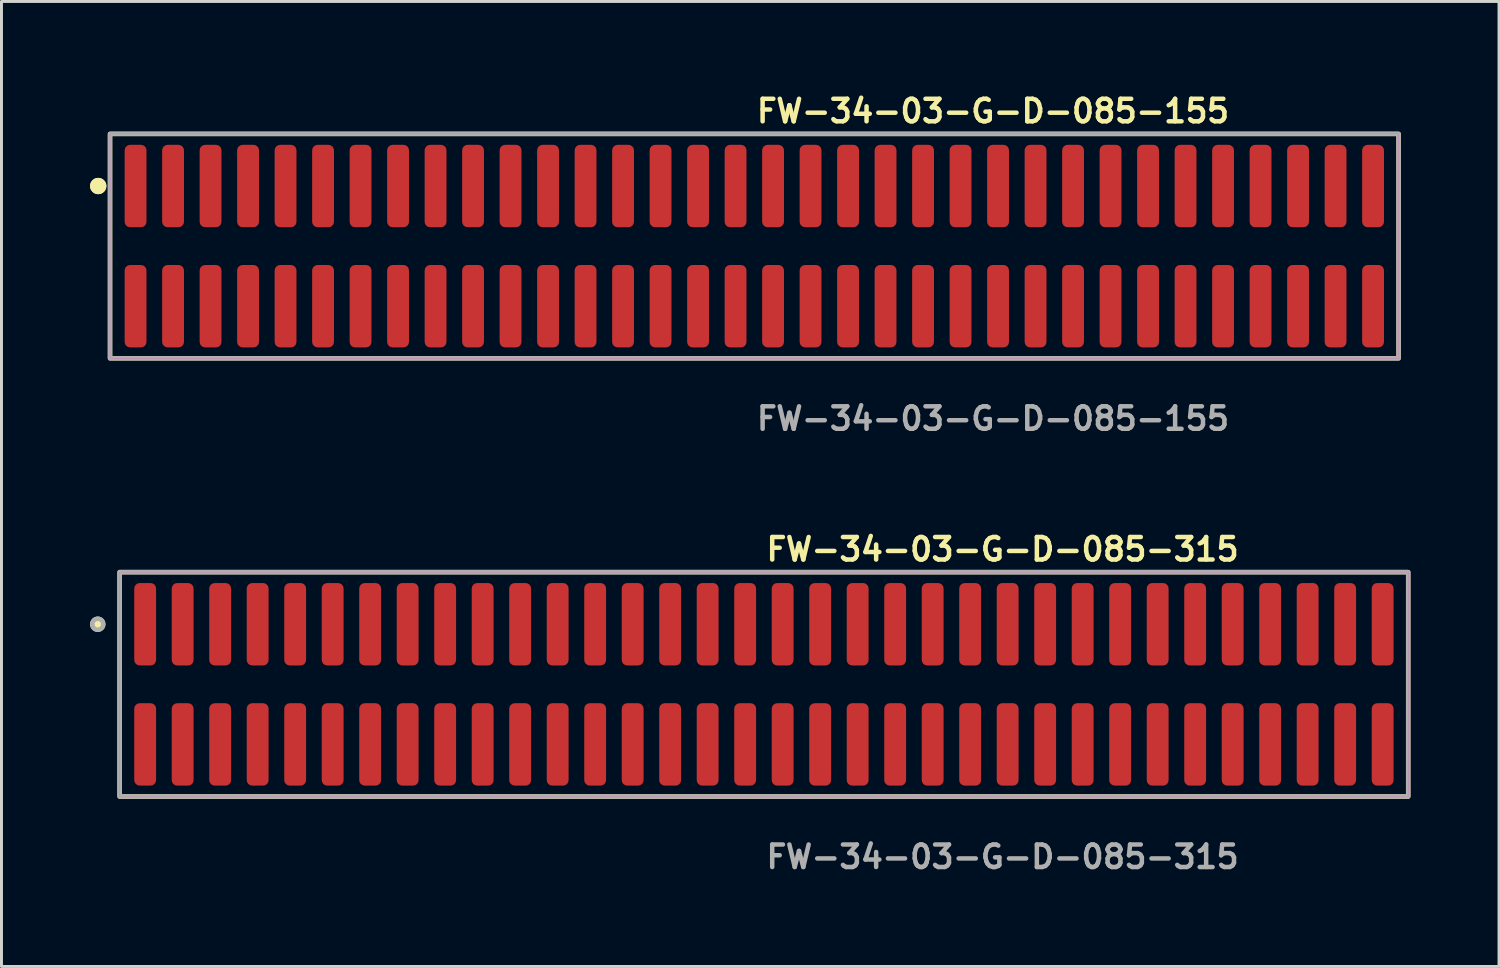
<source format=kicad_pcb>
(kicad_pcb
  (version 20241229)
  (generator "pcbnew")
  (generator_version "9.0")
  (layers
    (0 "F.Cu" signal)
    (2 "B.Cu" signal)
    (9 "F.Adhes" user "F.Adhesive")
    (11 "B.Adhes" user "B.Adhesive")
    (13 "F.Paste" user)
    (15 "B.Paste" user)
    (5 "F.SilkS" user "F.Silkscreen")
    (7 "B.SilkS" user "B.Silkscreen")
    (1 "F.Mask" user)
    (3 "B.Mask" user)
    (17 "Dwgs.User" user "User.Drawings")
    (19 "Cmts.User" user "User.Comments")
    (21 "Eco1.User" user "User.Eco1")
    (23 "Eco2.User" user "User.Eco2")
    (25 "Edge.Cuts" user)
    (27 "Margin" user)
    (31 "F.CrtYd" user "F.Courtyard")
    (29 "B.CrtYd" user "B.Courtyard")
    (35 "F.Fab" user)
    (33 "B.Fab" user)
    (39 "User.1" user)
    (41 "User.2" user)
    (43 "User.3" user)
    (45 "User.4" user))
  (footprint "FW-34-03-G-D-085-315"
    (layer "F.Cu")
    (at 22.821 20.126)
    (property "Reference" "FW-34-03-G-D-085-315" (at 0 -4.572 0) (unlocked yes) (layer "F.SilkS") (effects (font (size 0.762 0.762) (thickness 0.152)) (justify left)))
    (fp_rect (start -21.82 3.8) (end 21.82 -3.8) (stroke (width 0.152) (type solid)) (fill no) (layer "F.SilkS"))
    (fp_circle (center -22.56 -2.035) (end -22.745 -2.035) (stroke (width 0.152) (type solid)) (fill yes) (layer "F.SilkS"))
    (fp_rect (start -21.82 3.8) (end 21.82 -3.8) (stroke (width 0.006) (type solid)) (fill no) (layer "F.CrtYd"))
    (fp_rect (start -21.82 3.8) (end 21.82 -3.8) (stroke (width 0.152) (type solid)) (fill no) (layer "F.Fab"))
    (fp_circle (center -22.56 -2.035) (end -22.745 -2.035) (stroke (width 0.152) (type solid)) (fill no) (layer "F.Fab"))
    (fp_text user "${REFERENCE}" (at 0 5.842 0) (unlocked yes) (layer "F.Fab") (effects (font (size 0.762 0.762) (thickness 0.152)) (justify left)))
    (pad "1" smd roundrect (at -20.955 -2.035) (size 0.74 2.79) (layers "F.Cu" "F.Paste") (roundrect_rratio 0.25))
    (pad "2" smd roundrect (at -20.955 2.035) (size 0.74 2.79) (layers "F.Cu" "F.Paste") (roundrect_rratio 0.25))
    (pad "3" smd roundrect (at -19.685 -2.035) (size 0.74 2.79) (layers "F.Cu" "F.Paste") (roundrect_rratio 0.25))
    (pad "4" smd roundrect (at -19.685 2.035) (size 0.74 2.79) (layers "F.Cu" "F.Paste") (roundrect_rratio 0.25))
    (pad "5" smd roundrect (at -18.415 -2.035) (size 0.74 2.79) (layers "F.Cu" "F.Paste") (roundrect_rratio 0.25))
    (pad "6" smd roundrect (at -18.415 2.035) (size 0.74 2.79) (layers "F.Cu" "F.Paste") (roundrect_rratio 0.25))
    (pad "7" smd roundrect (at -17.145 -2.035) (size 0.74 2.79) (layers "F.Cu" "F.Paste") (roundrect_rratio 0.25))
    (pad "8" smd roundrect (at -17.145 2.035) (size 0.74 2.79) (layers "F.Cu" "F.Paste") (roundrect_rratio 0.25))
    (pad "9" smd roundrect (at -15.875 -2.035) (size 0.74 2.79) (layers "F.Cu" "F.Paste") (roundrect_rratio 0.25))
    (pad "10" smd roundrect (at -15.875 2.035) (size 0.74 2.79) (layers "F.Cu" "F.Paste") (roundrect_rratio 0.25))
    (pad "11" smd roundrect (at -14.605 -2.035) (size 0.74 2.79) (layers "F.Cu" "F.Paste") (roundrect_rratio 0.25))
    (pad "12" smd roundrect (at -14.605 2.035) (size 0.74 2.79) (layers "F.Cu" "F.Paste") (roundrect_rratio 0.25))
    (pad "13" smd roundrect (at -13.335 -2.035) (size 0.74 2.79) (layers "F.Cu" "F.Paste") (roundrect_rratio 0.25))
    (pad "14" smd roundrect (at -13.335 2.035) (size 0.74 2.79) (layers "F.Cu" "F.Paste") (roundrect_rratio 0.25))
    (pad "15" smd roundrect (at -12.065 -2.035) (size 0.74 2.79) (layers "F.Cu" "F.Paste") (roundrect_rratio 0.25))
    (pad "16" smd roundrect (at -12.065 2.035) (size 0.74 2.79) (layers "F.Cu" "F.Paste") (roundrect_rratio 0.25))
    (pad "17" smd roundrect (at -10.795 -2.035) (size 0.74 2.79) (layers "F.Cu" "F.Paste") (roundrect_rratio 0.25))
    (pad "18" smd roundrect (at -10.795 2.035) (size 0.74 2.79) (layers "F.Cu" "F.Paste") (roundrect_rratio 0.25))
    (pad "19" smd roundrect (at -9.525 -2.035) (size 0.74 2.79) (layers "F.Cu" "F.Paste") (roundrect_rratio 0.25))
    (pad "20" smd roundrect (at -9.525 2.035) (size 0.74 2.79) (layers "F.Cu" "F.Paste") (roundrect_rratio 0.25))
    (pad "21" smd roundrect (at -8.255 -2.035) (size 0.74 2.79) (layers "F.Cu" "F.Paste") (roundrect_rratio 0.25))
    (pad "22" smd roundrect (at -8.255 2.035) (size 0.74 2.79) (layers "F.Cu" "F.Paste") (roundrect_rratio 0.25))
    (pad "23" smd roundrect (at -6.985 -2.035) (size 0.74 2.79) (layers "F.Cu" "F.Paste") (roundrect_rratio 0.25))
    (pad "24" smd roundrect (at -6.985 2.035) (size 0.74 2.79) (layers "F.Cu" "F.Paste") (roundrect_rratio 0.25))
    (pad "25" smd roundrect (at -5.715 -2.035) (size 0.74 2.79) (layers "F.Cu" "F.Paste") (roundrect_rratio 0.25))
    (pad "26" smd roundrect (at -5.715 2.035) (size 0.74 2.79) (layers "F.Cu" "F.Paste") (roundrect_rratio 0.25))
    (pad "27" smd roundrect (at -4.445 -2.035) (size 0.74 2.79) (layers "F.Cu" "F.Paste") (roundrect_rratio 0.25))
    (pad "28" smd roundrect (at -4.445 2.035) (size 0.74 2.79) (layers "F.Cu" "F.Paste") (roundrect_rratio 0.25))
    (pad "29" smd roundrect (at -3.175 -2.035) (size 0.74 2.79) (layers "F.Cu" "F.Paste") (roundrect_rratio 0.25))
    (pad "30" smd roundrect (at -3.175 2.035) (size 0.74 2.79) (layers "F.Cu" "F.Paste") (roundrect_rratio 0.25))
    (pad "31" smd roundrect (at -1.905 -2.035) (size 0.74 2.79) (layers "F.Cu" "F.Paste") (roundrect_rratio 0.25))
    (pad "32" smd roundrect (at -1.905 2.035) (size 0.74 2.79) (layers "F.Cu" "F.Paste") (roundrect_rratio 0.25))
    (pad "33" smd roundrect (at -0.635 -2.035) (size 0.74 2.79) (layers "F.Cu" "F.Paste") (roundrect_rratio 0.25))
    (pad "34" smd roundrect (at -0.635 2.035) (size 0.74 2.79) (layers "F.Cu" "F.Paste") (roundrect_rratio 0.25))
    (pad "35" smd roundrect (at 0.635 -2.035) (size 0.74 2.79) (layers "F.Cu" "F.Paste") (roundrect_rratio 0.25))
    (pad "36" smd roundrect (at 0.635 2.035) (size 0.74 2.79) (layers "F.Cu" "F.Paste") (roundrect_rratio 0.25))
    (pad "37" smd roundrect (at 1.905 -2.035) (size 0.74 2.79) (layers "F.Cu" "F.Paste") (roundrect_rratio 0.25))
    (pad "38" smd roundrect (at 1.905 2.035) (size 0.74 2.79) (layers "F.Cu" "F.Paste") (roundrect_rratio 0.25))
    (pad "39" smd roundrect (at 3.175 -2.035) (size 0.74 2.79) (layers "F.Cu" "F.Paste") (roundrect_rratio 0.25))
    (pad "40" smd roundrect (at 3.175 2.035) (size 0.74 2.79) (layers "F.Cu" "F.Paste") (roundrect_rratio 0.25))
    (pad "41" smd roundrect (at 4.445 -2.035) (size 0.74 2.79) (layers "F.Cu" "F.Paste") (roundrect_rratio 0.25))
    (pad "42" smd roundrect (at 4.445 2.035) (size 0.74 2.79) (layers "F.Cu" "F.Paste") (roundrect_rratio 0.25))
    (pad "43" smd roundrect (at 5.715 -2.035) (size 0.74 2.79) (layers "F.Cu" "F.Paste") (roundrect_rratio 0.25))
    (pad "44" smd roundrect (at 5.715 2.035) (size 0.74 2.79) (layers "F.Cu" "F.Paste") (roundrect_rratio 0.25))
    (pad "45" smd roundrect (at 6.985 -2.035) (size 0.74 2.79) (layers "F.Cu" "F.Paste") (roundrect_rratio 0.25))
    (pad "46" smd roundrect (at 6.985 2.035) (size 0.74 2.79) (layers "F.Cu" "F.Paste") (roundrect_rratio 0.25))
    (pad "47" smd roundrect (at 8.255 -2.035) (size 0.74 2.79) (layers "F.Cu" "F.Paste") (roundrect_rratio 0.25))
    (pad "48" smd roundrect (at 8.255 2.035) (size 0.74 2.79) (layers "F.Cu" "F.Paste") (roundrect_rratio 0.25))
    (pad "49" smd roundrect (at 9.525 -2.035) (size 0.74 2.79) (layers "F.Cu" "F.Paste") (roundrect_rratio 0.25))
    (pad "50" smd roundrect (at 9.525 2.035) (size 0.74 2.79) (layers "F.Cu" "F.Paste") (roundrect_rratio 0.25))
    (pad "51" smd roundrect (at 10.795 -2.035) (size 0.74 2.79) (layers "F.Cu" "F.Paste") (roundrect_rratio 0.25))
    (pad "52" smd roundrect (at 10.795 2.035) (size 0.74 2.79) (layers "F.Cu" "F.Paste") (roundrect_rratio 0.25))
    (pad "53" smd roundrect (at 12.065 -2.035) (size 0.74 2.79) (layers "F.Cu" "F.Paste") (roundrect_rratio 0.25))
    (pad "54" smd roundrect (at 12.065 2.035) (size 0.74 2.79) (layers "F.Cu" "F.Paste") (roundrect_rratio 0.25))
    (pad "55" smd roundrect (at 13.335 -2.035) (size 0.74 2.79) (layers "F.Cu" "F.Paste") (roundrect_rratio 0.25))
    (pad "56" smd roundrect (at 13.335 2.035) (size 0.74 2.79) (layers "F.Cu" "F.Paste") (roundrect_rratio 0.25))
    (pad "57" smd roundrect (at 14.605 -2.035) (size 0.74 2.79) (layers "F.Cu" "F.Paste") (roundrect_rratio 0.25))
    (pad "58" smd roundrect (at 14.605 2.035) (size 0.74 2.79) (layers "F.Cu" "F.Paste") (roundrect_rratio 0.25))
    (pad "59" smd roundrect (at 15.875 -2.035) (size 0.74 2.79) (layers "F.Cu" "F.Paste") (roundrect_rratio 0.25))
    (pad "60" smd roundrect (at 15.875 2.035) (size 0.74 2.79) (layers "F.Cu" "F.Paste") (roundrect_rratio 0.25))
    (pad "61" smd roundrect (at 17.145 -2.035) (size 0.74 2.79) (layers "F.Cu" "F.Paste") (roundrect_rratio 0.25))
    (pad "62" smd roundrect (at 17.145 2.035) (size 0.74 2.79) (layers "F.Cu" "F.Paste") (roundrect_rratio 0.25))
    (pad "63" smd roundrect (at 18.415 -2.035) (size 0.74 2.79) (layers "F.Cu" "F.Paste") (roundrect_rratio 0.25))
    (pad "64" smd roundrect (at 18.415 2.035) (size 0.74 2.79) (layers "F.Cu" "F.Paste") (roundrect_rratio 0.25))
    (pad "65" smd roundrect (at 19.685 -2.035) (size 0.74 2.79) (layers "F.Cu" "F.Paste") (roundrect_rratio 0.25))
    (pad "66" smd roundrect (at 19.685 2.035) (size 0.74 2.79) (layers "F.Cu" "F.Paste") (roundrect_rratio 0.25))
    (pad "67" smd roundrect (at 20.955 -2.035) (size 0.74 2.79) (layers "F.Cu" "F.Paste") (roundrect_rratio 0.25))
    (pad "68" smd roundrect (at 20.955 2.035) (size 0.74 2.79) (layers "F.Cu" "F.Paste") (roundrect_rratio 0.25)))
  (footprint "FW-34-03-G-D-085-155"
    (layer "F.Cu")
    (at 22.496 5.285)
    (property "Reference" "FW-34-03-G-D-085-155" (at 0 -4.572 0) (unlocked yes) (layer "F.SilkS") (effects (font (size 0.762 0.762) (thickness 0.152)) (justify left)))
    (fp_rect (start -21.82 3.8) (end 21.82 -3.8) (stroke (width 0.152) (type solid)) (fill no) (layer "F.SilkS"))
    (fp_circle (center -22.22 -2.035) (end -22.42 -2.035) (stroke (width 0.152) (type solid)) (fill yes) (layer "F.SilkS"))
    (fp_circle (center -22.22 -2.035) (end -22.42 -2.035) (stroke (width 0.152) (type solid)) (fill yes) (layer "F.SilkS"))
    (fp_rect (start -21.82 3.8) (end 21.82 -3.8) (stroke (width 0.006) (type solid)) (fill no) (layer "F.CrtYd"))
    (fp_rect (start -21.82 3.8) (end 21.82 -3.8) (stroke (width 0.152) (type solid)) (fill no) (layer "F.Fab"))
    (fp_text user "${REFERENCE}" (at 0 5.842 0) (unlocked yes) (layer "F.Fab") (effects (font (size 0.762 0.762) (thickness 0.152)) (justify left)))
    (pad "1" smd roundrect (at -20.955 -2.035) (size 0.74 2.79) (layers "F.Cu" "F.Paste") (roundrect_rratio 0.25))
    (pad "2" smd roundrect (at -20.955 2.035) (size 0.74 2.79) (layers "F.Cu" "F.Paste") (roundrect_rratio 0.25))
    (pad "3" smd roundrect (at -19.685 -2.035) (size 0.74 2.79) (layers "F.Cu" "F.Paste") (roundrect_rratio 0.25))
    (pad "4" smd roundrect (at -19.685 2.035) (size 0.74 2.79) (layers "F.Cu" "F.Paste") (roundrect_rratio 0.25))
    (pad "5" smd roundrect (at -18.415 -2.035) (size 0.74 2.79) (layers "F.Cu" "F.Paste") (roundrect_rratio 0.25))
    (pad "6" smd roundrect (at -18.415 2.035) (size 0.74 2.79) (layers "F.Cu" "F.Paste") (roundrect_rratio 0.25))
    (pad "7" smd roundrect (at -17.145 -2.035) (size 0.74 2.79) (layers "F.Cu" "F.Paste") (roundrect_rratio 0.25))
    (pad "8" smd roundrect (at -17.145 2.035) (size 0.74 2.79) (layers "F.Cu" "F.Paste") (roundrect_rratio 0.25))
    (pad "9" smd roundrect (at -15.875 -2.035) (size 0.74 2.79) (layers "F.Cu" "F.Paste") (roundrect_rratio 0.25))
    (pad "10" smd roundrect (at -15.875 2.035) (size 0.74 2.79) (layers "F.Cu" "F.Paste") (roundrect_rratio 0.25))
    (pad "11" smd roundrect (at -14.605 -2.035) (size 0.74 2.79) (layers "F.Cu" "F.Paste") (roundrect_rratio 0.25))
    (pad "12" smd roundrect (at -14.605 2.035) (size 0.74 2.79) (layers "F.Cu" "F.Paste") (roundrect_rratio 0.25))
    (pad "13" smd roundrect (at -13.335 -2.035) (size 0.74 2.79) (layers "F.Cu" "F.Paste") (roundrect_rratio 0.25))
    (pad "14" smd roundrect (at -13.335 2.035) (size 0.74 2.79) (layers "F.Cu" "F.Paste") (roundrect_rratio 0.25))
    (pad "15" smd roundrect (at -12.065 -2.035) (size 0.74 2.79) (layers "F.Cu" "F.Paste") (roundrect_rratio 0.25))
    (pad "16" smd roundrect (at -12.065 2.035) (size 0.74 2.79) (layers "F.Cu" "F.Paste") (roundrect_rratio 0.25))
    (pad "17" smd roundrect (at -10.795 -2.035) (size 0.74 2.79) (layers "F.Cu" "F.Paste") (roundrect_rratio 0.25))
    (pad "18" smd roundrect (at -10.795 2.035) (size 0.74 2.79) (layers "F.Cu" "F.Paste") (roundrect_rratio 0.25))
    (pad "19" smd roundrect (at -9.525 -2.035) (size 0.74 2.79) (layers "F.Cu" "F.Paste") (roundrect_rratio 0.25))
    (pad "20" smd roundrect (at -9.525 2.035) (size 0.74 2.79) (layers "F.Cu" "F.Paste") (roundrect_rratio 0.25))
    (pad "21" smd roundrect (at -8.255 -2.035) (size 0.74 2.79) (layers "F.Cu" "F.Paste") (roundrect_rratio 0.25))
    (pad "22" smd roundrect (at -8.255 2.035) (size 0.74 2.79) (layers "F.Cu" "F.Paste") (roundrect_rratio 0.25))
    (pad "23" smd roundrect (at -6.985 -2.035) (size 0.74 2.79) (layers "F.Cu" "F.Paste") (roundrect_rratio 0.25))
    (pad "24" smd roundrect (at -6.985 2.035) (size 0.74 2.79) (layers "F.Cu" "F.Paste") (roundrect_rratio 0.25))
    (pad "25" smd roundrect (at -5.715 -2.035) (size 0.74 2.79) (layers "F.Cu" "F.Paste") (roundrect_rratio 0.25))
    (pad "26" smd roundrect (at -5.715 2.035) (size 0.74 2.79) (layers "F.Cu" "F.Paste") (roundrect_rratio 0.25))
    (pad "27" smd roundrect (at -4.445 -2.035) (size 0.74 2.79) (layers "F.Cu" "F.Paste") (roundrect_rratio 0.25))
    (pad "28" smd roundrect (at -4.445 2.035) (size 0.74 2.79) (layers "F.Cu" "F.Paste") (roundrect_rratio 0.25))
    (pad "29" smd roundrect (at -3.175 -2.035) (size 0.74 2.79) (layers "F.Cu" "F.Paste") (roundrect_rratio 0.25))
    (pad "30" smd roundrect (at -3.175 2.035) (size 0.74 2.79) (layers "F.Cu" "F.Paste") (roundrect_rratio 0.25))
    (pad "31" smd roundrect (at -1.905 -2.035) (size 0.74 2.79) (layers "F.Cu" "F.Paste") (roundrect_rratio 0.25))
    (pad "32" smd roundrect (at -1.905 2.035) (size 0.74 2.79) (layers "F.Cu" "F.Paste") (roundrect_rratio 0.25))
    (pad "33" smd roundrect (at -0.635 -2.035) (size 0.74 2.79) (layers "F.Cu" "F.Paste") (roundrect_rratio 0.25))
    (pad "34" smd roundrect (at -0.635 2.035) (size 0.74 2.79) (layers "F.Cu" "F.Paste") (roundrect_rratio 0.25))
    (pad "35" smd roundrect (at 0.635 -2.035) (size 0.74 2.79) (layers "F.Cu" "F.Paste") (roundrect_rratio 0.25))
    (pad "36" smd roundrect (at 0.635 2.035) (size 0.74 2.79) (layers "F.Cu" "F.Paste") (roundrect_rratio 0.25))
    (pad "37" smd roundrect (at 1.905 -2.035) (size 0.74 2.79) (layers "F.Cu" "F.Paste") (roundrect_rratio 0.25))
    (pad "38" smd roundrect (at 1.905 2.035) (size 0.74 2.79) (layers "F.Cu" "F.Paste") (roundrect_rratio 0.25))
    (pad "39" smd roundrect (at 3.175 -2.035) (size 0.74 2.79) (layers "F.Cu" "F.Paste") (roundrect_rratio 0.25))
    (pad "40" smd roundrect (at 3.175 2.035) (size 0.74 2.79) (layers "F.Cu" "F.Paste") (roundrect_rratio 0.25))
    (pad "41" smd roundrect (at 4.445 -2.035) (size 0.74 2.79) (layers "F.Cu" "F.Paste") (roundrect_rratio 0.25))
    (pad "42" smd roundrect (at 4.445 2.035) (size 0.74 2.79) (layers "F.Cu" "F.Paste") (roundrect_rratio 0.25))
    (pad "43" smd roundrect (at 5.715 -2.035) (size 0.74 2.79) (layers "F.Cu" "F.Paste") (roundrect_rratio 0.25))
    (pad "44" smd roundrect (at 5.715 2.035) (size 0.74 2.79) (layers "F.Cu" "F.Paste") (roundrect_rratio 0.25))
    (pad "45" smd roundrect (at 6.985 -2.035) (size 0.74 2.79) (layers "F.Cu" "F.Paste") (roundrect_rratio 0.25))
    (pad "46" smd roundrect (at 6.985 2.035) (size 0.74 2.79) (layers "F.Cu" "F.Paste") (roundrect_rratio 0.25))
    (pad "47" smd roundrect (at 8.255 -2.035) (size 0.74 2.79) (layers "F.Cu" "F.Paste") (roundrect_rratio 0.25))
    (pad "48" smd roundrect (at 8.255 2.035) (size 0.74 2.79) (layers "F.Cu" "F.Paste") (roundrect_rratio 0.25))
    (pad "49" smd roundrect (at 9.525 -2.035) (size 0.74 2.79) (layers "F.Cu" "F.Paste") (roundrect_rratio 0.25))
    (pad "50" smd roundrect (at 9.525 2.035) (size 0.74 2.79) (layers "F.Cu" "F.Paste") (roundrect_rratio 0.25))
    (pad "51" smd roundrect (at 10.795 -2.035) (size 0.74 2.79) (layers "F.Cu" "F.Paste") (roundrect_rratio 0.25))
    (pad "52" smd roundrect (at 10.795 2.035) (size 0.74 2.79) (layers "F.Cu" "F.Paste") (roundrect_rratio 0.25))
    (pad "53" smd roundrect (at 12.065 -2.035) (size 0.74 2.79) (layers "F.Cu" "F.Paste") (roundrect_rratio 0.25))
    (pad "54" smd roundrect (at 12.065 2.035) (size 0.74 2.79) (layers "F.Cu" "F.Paste") (roundrect_rratio 0.25))
    (pad "55" smd roundrect (at 13.335 -2.035) (size 0.74 2.79) (layers "F.Cu" "F.Paste") (roundrect_rratio 0.25))
    (pad "56" smd roundrect (at 13.335 2.035) (size 0.74 2.79) (layers "F.Cu" "F.Paste") (roundrect_rratio 0.25))
    (pad "57" smd roundrect (at 14.605 -2.035) (size 0.74 2.79) (layers "F.Cu" "F.Paste") (roundrect_rratio 0.25))
    (pad "58" smd roundrect (at 14.605 2.035) (size 0.74 2.79) (layers "F.Cu" "F.Paste") (roundrect_rratio 0.25))
    (pad "59" smd roundrect (at 15.875 -2.035) (size 0.74 2.79) (layers "F.Cu" "F.Paste") (roundrect_rratio 0.25))
    (pad "60" smd roundrect (at 15.875 2.035) (size 0.74 2.79) (layers "F.Cu" "F.Paste") (roundrect_rratio 0.25))
    (pad "61" smd roundrect (at 17.145 -2.035) (size 0.74 2.79) (layers "F.Cu" "F.Paste") (roundrect_rratio 0.25))
    (pad "62" smd roundrect (at 17.145 2.035) (size 0.74 2.79) (layers "F.Cu" "F.Paste") (roundrect_rratio 0.25))
    (pad "63" smd roundrect (at 18.415 -2.035) (size 0.74 2.79) (layers "F.Cu" "F.Paste") (roundrect_rratio 0.25))
    (pad "64" smd roundrect (at 18.415 2.035) (size 0.74 2.79) (layers "F.Cu" "F.Paste") (roundrect_rratio 0.25))
    (pad "65" smd roundrect (at 19.685 -2.035) (size 0.74 2.79) (layers "F.Cu" "F.Paste") (roundrect_rratio 0.25))
    (pad "66" smd roundrect (at 19.685 2.035) (size 0.74 2.79) (layers "F.Cu" "F.Paste") (roundrect_rratio 0.25))
    (pad "67" smd roundrect (at 20.955 -2.035) (size 0.74 2.79) (layers "F.Cu" "F.Paste") (roundrect_rratio 0.25))
    (pad "68" smd roundrect (at 20.955 2.035) (size 0.74 2.79) (layers "F.Cu" "F.Paste") (roundrect_rratio 0.25)))
  (gr_rect
    (start -3 -3)
    (end 47.717 29.681)
    (stroke (width 0.1) (type default))
    (fill no)
    (layer "Edge.Cuts")))
</source>
